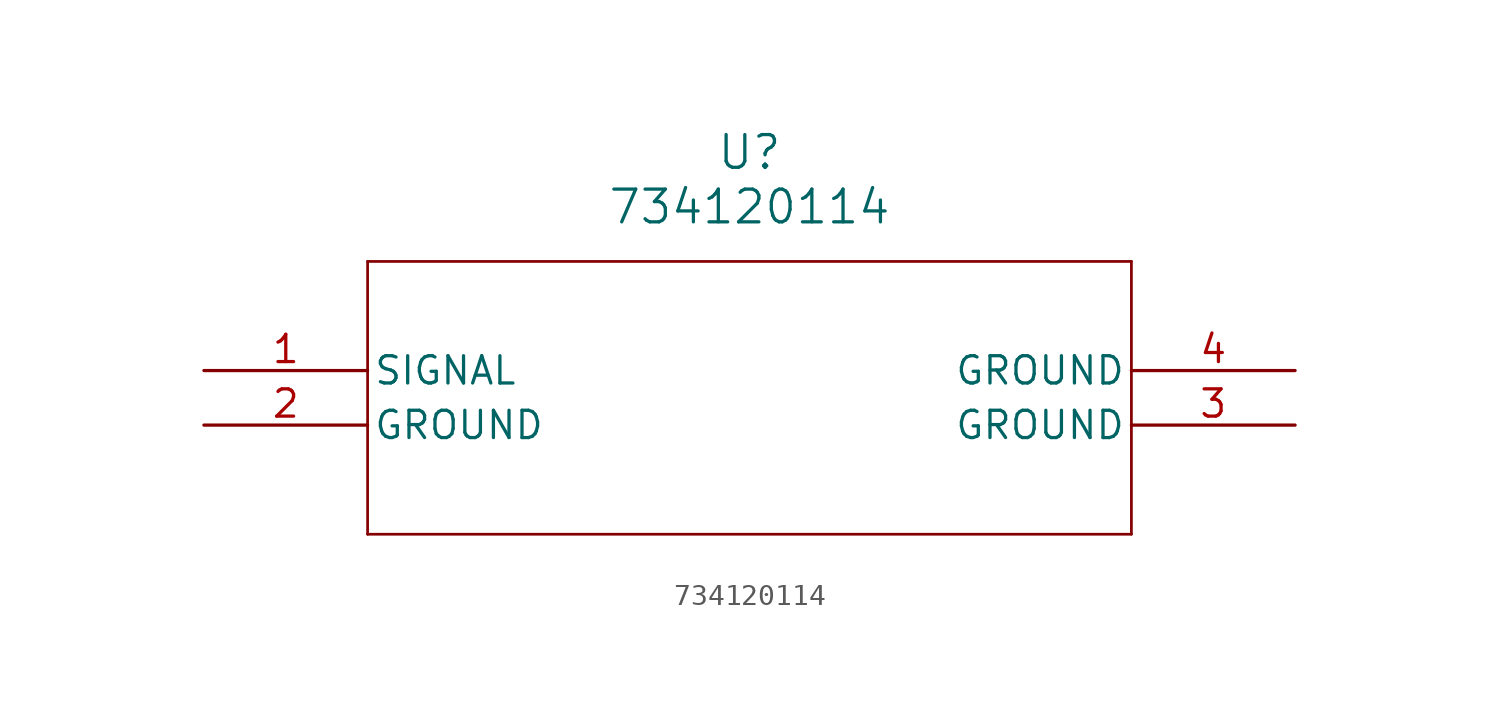
<source format=kicad_sym>
(kicad_symbol_lib
  (version 20220914)
  (generator kicad_symbol_editor)
  (symbol "734120114"
    (pin_names
      (offset 0.254))
    (property "Reference" "U"
      (at 25.4 10.16 0)
      (effects (font (size 1.524 1.524))))
    (property "Value" "734120114"
      (at 25.4 7.62 0)
      (effects (font (size 1.524 1.524))))
    (property "ki_locked" ""
      (at 0 0 0)
      (effects (font (size 1.27 1.27))))
    (symbol "734120114_0_1"
      (polyline (pts (xy 7.62 -7.62) (xy 43.18 -7.62)) (stroke (width 0.127) (type default)) (fill (type none)))
      (polyline (pts (xy 7.62 5.08) (xy 7.62 -7.62)) (stroke (width 0.127) (type default)) (fill (type none)))
      (polyline (pts (xy 43.18 -7.62) (xy 43.18 5.08)) (stroke (width 0.127) (type default)) (fill (type none)))
      (polyline (pts (xy 43.18 5.08) (xy 7.62 5.08)) (stroke (width 0.127) (type default)) (fill (type none)))
      (pin bidirectional line (at 0 0 0) (length 7.62) (name "SIGNAL" (effects (font (size 1.27 1.27)))) (number "1" (effects (font (size 1.27 1.27)))))
      (pin power_out line (at 0 -2.54 0) (length 7.62) (name "GROUND" (effects (font (size 1.27 1.27)))) (number "2" (effects (font (size 1.27 1.27)))))
      (pin power_out line (at 50.8 -2.54 180) (length 7.62) (name "GROUND" (effects (font (size 1.27 1.27)))) (number "3" (effects (font (size 1.27 1.27)))))
      (pin power_out line (at 50.8 0 180) (length 7.62) (name "GROUND" (effects (font (size 1.27 1.27)))) (number "4" (effects (font (size 1.27 1.27))))))))
</source>
